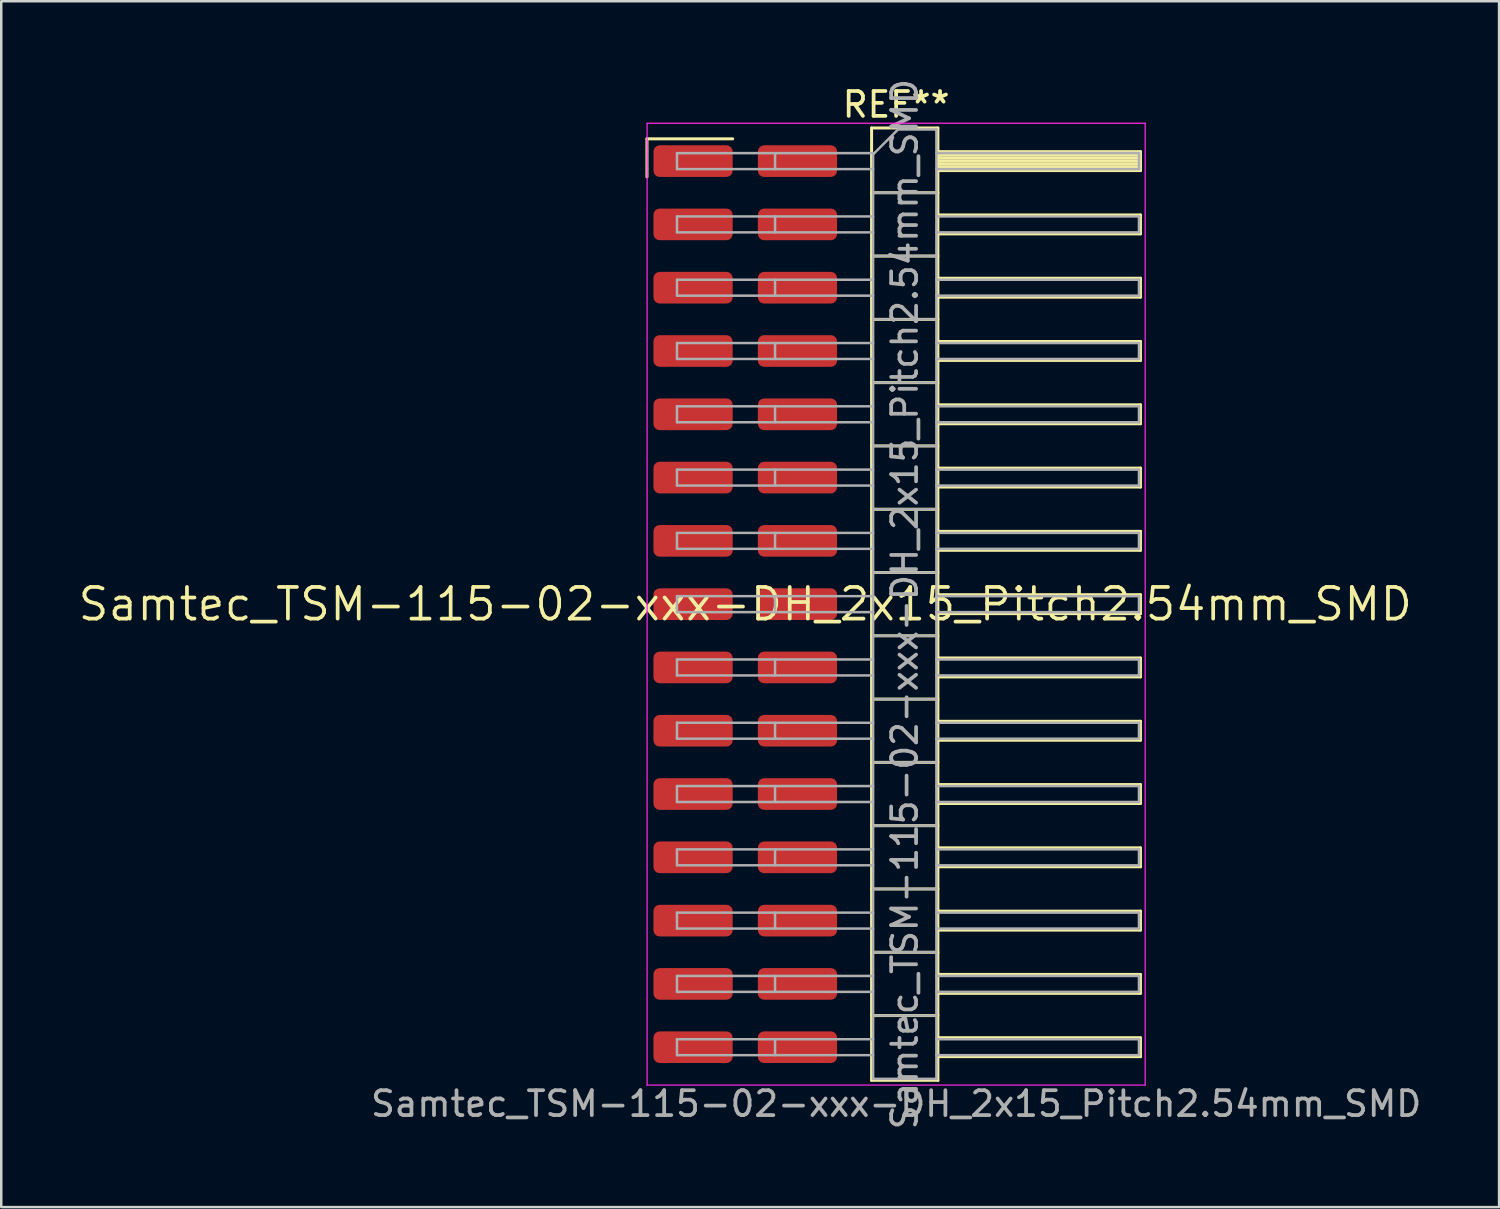
<source format=kicad_pcb>
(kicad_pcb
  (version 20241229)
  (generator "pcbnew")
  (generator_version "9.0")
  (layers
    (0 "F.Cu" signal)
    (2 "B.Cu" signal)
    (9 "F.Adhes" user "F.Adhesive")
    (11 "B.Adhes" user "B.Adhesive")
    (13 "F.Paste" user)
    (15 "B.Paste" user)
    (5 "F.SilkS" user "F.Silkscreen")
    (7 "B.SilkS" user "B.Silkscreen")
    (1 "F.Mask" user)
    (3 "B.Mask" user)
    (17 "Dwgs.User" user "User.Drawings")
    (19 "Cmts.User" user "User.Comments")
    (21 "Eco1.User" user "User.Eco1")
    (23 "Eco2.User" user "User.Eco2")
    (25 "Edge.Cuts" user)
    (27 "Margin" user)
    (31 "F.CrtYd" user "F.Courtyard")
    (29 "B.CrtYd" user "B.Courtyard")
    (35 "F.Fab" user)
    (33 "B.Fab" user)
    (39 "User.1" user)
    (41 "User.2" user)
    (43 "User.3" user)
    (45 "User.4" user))
  (footprint "Samtec_TSM-115-02-xxx-DH_2x15_Pitch2.54mm_SMD"
    (layer "F.Cu")
    (at 26.859 21.196)
    (property "Reference" "Samtec_TSM-115-02-xxx-DH_2x15_Pitch2.54mm_SMD" (at 0 0 0) (layer "F.SilkS") (effects (font (size 1.27 1.27) (thickness 0.15))))
    (attr smd)
    (fp_line (start -3.945 -18.675) (end -0.505 -18.675) (stroke (width 0.12) (type solid)) (layer "F.SilkS"))
    (fp_line (start -3.945 -17.145) (end -3.945 -18.675) (stroke (width 0.12) (type solid)) (layer "F.SilkS"))
    (fp_line (start 5.07 -19.11) (end 7.73 -19.11) (stroke (width 0.12) (type solid)) (layer "F.SilkS"))
    (fp_line (start 5.07 -16.51) (end 7.73 -16.51) (stroke (width 0.12) (type solid)) (layer "F.SilkS"))
    (fp_line (start 5.07 -13.97) (end 7.73 -13.97) (stroke (width 0.12) (type solid)) (layer "F.SilkS"))
    (fp_line (start 5.07 -11.43) (end 7.73 -11.43) (stroke (width 0.12) (type solid)) (layer "F.SilkS"))
    (fp_line (start 5.07 -8.89) (end 7.73 -8.89) (stroke (width 0.12) (type solid)) (layer "F.SilkS"))
    (fp_line (start 5.07 -6.35) (end 7.73 -6.35) (stroke (width 0.12) (type solid)) (layer "F.SilkS"))
    (fp_line (start 5.07 -3.81) (end 7.73 -3.81) (stroke (width 0.12) (type solid)) (layer "F.SilkS"))
    (fp_line (start 5.07 -1.27) (end 7.73 -1.27) (stroke (width 0.12) (type solid)) (layer "F.SilkS"))
    (fp_line (start 5.07 1.27) (end 7.73 1.27) (stroke (width 0.12) (type solid)) (layer "F.SilkS"))
    (fp_line (start 5.07 3.81) (end 7.73 3.81) (stroke (width 0.12) (type solid)) (layer "F.SilkS"))
    (fp_line (start 5.07 6.35) (end 7.73 6.35) (stroke (width 0.12) (type solid)) (layer "F.SilkS"))
    (fp_line (start 5.07 8.89) (end 7.73 8.89) (stroke (width 0.12) (type solid)) (layer "F.SilkS"))
    (fp_line (start 5.07 11.43) (end 7.73 11.43) (stroke (width 0.12) (type solid)) (layer "F.SilkS"))
    (fp_line (start 5.07 13.97) (end 7.73 13.97) (stroke (width 0.12) (type solid)) (layer "F.SilkS"))
    (fp_line (start 5.07 16.51) (end 7.73 16.51) (stroke (width 0.12) (type solid)) (layer "F.SilkS"))
    (fp_line (start 5.07 19.11) (end 5.07 -19.11) (stroke (width 0.12) (type solid)) (layer "F.SilkS"))
    (fp_line (start 7.73 -19.11) (end 7.73 19.11) (stroke (width 0.12) (type solid)) (layer "F.SilkS"))
    (fp_line (start 7.73 -18.16) (end 15.86 -18.16) (stroke (width 0.12) (type solid)) (layer "F.SilkS"))
    (fp_line (start 7.73 -18.04) (end 15.86 -18.04) (stroke (width 0.12) (type solid)) (layer "F.SilkS"))
    (fp_line (start 7.73 -17.92) (end 15.86 -17.92) (stroke (width 0.12) (type solid)) (layer "F.SilkS"))
    (fp_line (start 7.73 -17.8) (end 15.86 -17.8) (stroke (width 0.12) (type solid)) (layer "F.SilkS"))
    (fp_line (start 7.73 -17.68) (end 15.86 -17.68) (stroke (width 0.12) (type solid)) (layer "F.SilkS"))
    (fp_line (start 7.73 -17.56) (end 15.86 -17.56) (stroke (width 0.12) (type solid)) (layer "F.SilkS"))
    (fp_line (start 7.73 -17.44) (end 15.86 -17.44) (stroke (width 0.12) (type solid)) (layer "F.SilkS"))
    (fp_line (start 7.73 -17.4) (end 15.86 -17.4) (stroke (width 0.12) (type solid)) (layer "F.SilkS"))
    (fp_line (start 7.73 -15.62) (end 15.86 -15.62) (stroke (width 0.12) (type solid)) (layer "F.SilkS"))
    (fp_line (start 7.73 -14.86) (end 15.86 -14.86) (stroke (width 0.12) (type solid)) (layer "F.SilkS"))
    (fp_line (start 7.73 -13.08) (end 15.86 -13.08) (stroke (width 0.12) (type solid)) (layer "F.SilkS"))
    (fp_line (start 7.73 -12.32) (end 15.86 -12.32) (stroke (width 0.12) (type solid)) (layer "F.SilkS"))
    (fp_line (start 7.73 -10.54) (end 15.86 -10.54) (stroke (width 0.12) (type solid)) (layer "F.SilkS"))
    (fp_line (start 7.73 -9.78) (end 15.86 -9.78) (stroke (width 0.12) (type solid)) (layer "F.SilkS"))
    (fp_line (start 7.73 -8) (end 15.86 -8) (stroke (width 0.12) (type solid)) (layer "F.SilkS"))
    (fp_line (start 7.73 -7.24) (end 15.86 -7.24) (stroke (width 0.12) (type solid)) (layer "F.SilkS"))
    (fp_line (start 7.73 -5.46) (end 15.86 -5.46) (stroke (width 0.12) (type solid)) (layer "F.SilkS"))
    (fp_line (start 7.73 -4.7) (end 15.86 -4.7) (stroke (width 0.12) (type solid)) (layer "F.SilkS"))
    (fp_line (start 7.73 -2.92) (end 15.86 -2.92) (stroke (width 0.12) (type solid)) (layer "F.SilkS"))
    (fp_line (start 7.73 -2.16) (end 15.86 -2.16) (stroke (width 0.12) (type solid)) (layer "F.SilkS"))
    (fp_line (start 7.73 -0.38) (end 15.86 -0.38) (stroke (width 0.12) (type solid)) (layer "F.SilkS"))
    (fp_line (start 7.73 0.38) (end 15.86 0.38) (stroke (width 0.12) (type solid)) (layer "F.SilkS"))
    (fp_line (start 7.73 2.16) (end 15.86 2.16) (stroke (width 0.12) (type solid)) (layer "F.SilkS"))
    (fp_line (start 7.73 2.92) (end 15.86 2.92) (stroke (width 0.12) (type solid)) (layer "F.SilkS"))
    (fp_line (start 7.73 4.7) (end 15.86 4.7) (stroke (width 0.12) (type solid)) (layer "F.SilkS"))
    (fp_line (start 7.73 5.46) (end 15.86 5.46) (stroke (width 0.12) (type solid)) (layer "F.SilkS"))
    (fp_line (start 7.73 7.24) (end 15.86 7.24) (stroke (width 0.12) (type solid)) (layer "F.SilkS"))
    (fp_line (start 7.73 8) (end 15.86 8) (stroke (width 0.12) (type solid)) (layer "F.SilkS"))
    (fp_line (start 7.73 9.78) (end 15.86 9.78) (stroke (width 0.12) (type solid)) (layer "F.SilkS"))
    (fp_line (start 7.73 10.54) (end 15.86 10.54) (stroke (width 0.12) (type solid)) (layer "F.SilkS"))
    (fp_line (start 7.73 12.32) (end 15.86 12.32) (stroke (width 0.12) (type solid)) (layer "F.SilkS"))
    (fp_line (start 7.73 13.08) (end 15.86 13.08) (stroke (width 0.12) (type solid)) (layer "F.SilkS"))
    (fp_line (start 7.73 14.86) (end 15.86 14.86) (stroke (width 0.12) (type solid)) (layer "F.SilkS"))
    (fp_line (start 7.73 15.62) (end 15.86 15.62) (stroke (width 0.12) (type solid)) (layer "F.SilkS"))
    (fp_line (start 7.73 17.4) (end 15.86 17.4) (stroke (width 0.12) (type solid)) (layer "F.SilkS"))
    (fp_line (start 7.73 18.16) (end 15.86 18.16) (stroke (width 0.12) (type solid)) (layer "F.SilkS"))
    (fp_line (start 7.73 19.11) (end 5.07 19.11) (stroke (width 0.12) (type solid)) (layer "F.SilkS"))
    (fp_line (start 15.86 -18.16) (end 15.86 -17.4) (stroke (width 0.12) (type solid)) (layer "F.SilkS"))
    (fp_line (start 15.86 -15.62) (end 15.86 -14.86) (stroke (width 0.12) (type solid)) (layer "F.SilkS"))
    (fp_line (start 15.86 -13.08) (end 15.86 -12.32) (stroke (width 0.12) (type solid)) (layer "F.SilkS"))
    (fp_line (start 15.86 -10.54) (end 15.86 -9.78) (stroke (width 0.12) (type solid)) (layer "F.SilkS"))
    (fp_line (start 15.86 -8) (end 15.86 -7.24) (stroke (width 0.12) (type solid)) (layer "F.SilkS"))
    (fp_line (start 15.86 -5.46) (end 15.86 -4.7) (stroke (width 0.12) (type solid)) (layer "F.SilkS"))
    (fp_line (start 15.86 -2.92) (end 15.86 -2.16) (stroke (width 0.12) (type solid)) (layer "F.SilkS"))
    (fp_line (start 15.86 -0.38) (end 15.86 0.38) (stroke (width 0.12) (type solid)) (layer "F.SilkS"))
    (fp_line (start 15.86 2.16) (end 15.86 2.92) (stroke (width 0.12) (type solid)) (layer "F.SilkS"))
    (fp_line (start 15.86 4.7) (end 15.86 5.46) (stroke (width 0.12) (type solid)) (layer "F.SilkS"))
    (fp_line (start 15.86 7.24) (end 15.86 8) (stroke (width 0.12) (type solid)) (layer "F.SilkS"))
    (fp_line (start 15.86 9.78) (end 15.86 10.54) (stroke (width 0.12) (type solid)) (layer "F.SilkS"))
    (fp_line (start 15.86 12.32) (end 15.86 13.08) (stroke (width 0.12) (type solid)) (layer "F.SilkS"))
    (fp_line (start 15.86 14.86) (end 15.86 15.62) (stroke (width 0.12) (type solid)) (layer "F.SilkS"))
    (fp_line (start 15.86 17.4) (end 15.86 18.16) (stroke (width 0.12) (type solid)) (layer "F.SilkS"))
    (fp_line (start -3.94 -19.3) (end 16.05 -19.3) (stroke (width 0.05) (type solid)) (layer "F.CrtYd"))
    (fp_line (start -3.94 19.3) (end -3.94 -19.3) (stroke (width 0.05) (type solid)) (layer "F.CrtYd"))
    (fp_line (start 16.05 -19.3) (end 16.05 19.3) (stroke (width 0.05) (type solid)) (layer "F.CrtYd"))
    (fp_line (start 16.05 19.3) (end -3.94 19.3) (stroke (width 0.05) (type solid)) (layer "F.CrtYd"))
    (fp_line (start -2.74 -18.1) (end -2.74 -17.46) (stroke (width 0.1) (type solid)) (layer "F.Fab"))
    (fp_line (start -2.74 -18.1) (end 5.13 -18.1) (stroke (width 0.1) (type solid)) (layer "F.Fab"))
    (fp_line (start -2.74 -17.46) (end 5.13 -17.46) (stroke (width 0.1) (type solid)) (layer "F.Fab"))
    (fp_line (start -2.74 -15.56) (end -2.74 -14.92) (stroke (width 0.1) (type solid)) (layer "F.Fab"))
    (fp_line (start -2.74 -15.56) (end 5.13 -15.56) (stroke (width 0.1) (type solid)) (layer "F.Fab"))
    (fp_line (start -2.74 -14.92) (end 5.13 -14.92) (stroke (width 0.1) (type solid)) (layer "F.Fab"))
    (fp_line (start -2.74 -13.02) (end -2.74 -12.38) (stroke (width 0.1) (type solid)) (layer "F.Fab"))
    (fp_line (start -2.74 -13.02) (end 5.13 -13.02) (stroke (width 0.1) (type solid)) (layer "F.Fab"))
    (fp_line (start -2.74 -12.38) (end 5.13 -12.38) (stroke (width 0.1) (type solid)) (layer "F.Fab"))
    (fp_line (start -2.74 -10.48) (end -2.74 -9.84) (stroke (width 0.1) (type solid)) (layer "F.Fab"))
    (fp_line (start -2.74 -10.48) (end 5.13 -10.48) (stroke (width 0.1) (type solid)) (layer "F.Fab"))
    (fp_line (start -2.74 -9.84) (end 5.13 -9.84) (stroke (width 0.1) (type solid)) (layer "F.Fab"))
    (fp_line (start -2.74 -7.94) (end -2.74 -7.3) (stroke (width 0.1) (type solid)) (layer "F.Fab"))
    (fp_line (start -2.74 -7.94) (end 5.13 -7.94) (stroke (width 0.1) (type solid)) (layer "F.Fab"))
    (fp_line (start -2.74 -7.3) (end 5.13 -7.3) (stroke (width 0.1) (type solid)) (layer "F.Fab"))
    (fp_line (start -2.74 -5.4) (end -2.74 -4.76) (stroke (width 0.1) (type solid)) (layer "F.Fab"))
    (fp_line (start -2.74 -5.4) (end 5.13 -5.4) (stroke (width 0.1) (type solid)) (layer "F.Fab"))
    (fp_line (start -2.74 -4.76) (end 5.13 -4.76) (stroke (width 0.1) (type solid)) (layer "F.Fab"))
    (fp_line (start -2.74 -2.86) (end -2.74 -2.22) (stroke (width 0.1) (type solid)) (layer "F.Fab"))
    (fp_line (start -2.74 -2.86) (end 5.13 -2.86) (stroke (width 0.1) (type solid)) (layer "F.Fab"))
    (fp_line (start -2.74 -2.22) (end 5.13 -2.22) (stroke (width 0.1) (type solid)) (layer "F.Fab"))
    (fp_line (start -2.74 -0.32) (end -2.74 0.32) (stroke (width 0.1) (type solid)) (layer "F.Fab"))
    (fp_line (start -2.74 -0.32) (end 5.13 -0.32) (stroke (width 0.1) (type solid)) (layer "F.Fab"))
    (fp_line (start -2.74 0.32) (end 5.13 0.32) (stroke (width 0.1) (type solid)) (layer "F.Fab"))
    (fp_line (start -2.74 2.22) (end -2.74 2.86) (stroke (width 0.1) (type solid)) (layer "F.Fab"))
    (fp_line (start -2.74 2.22) (end 5.13 2.22) (stroke (width 0.1) (type solid)) (layer "F.Fab"))
    (fp_line (start -2.74 2.86) (end 5.13 2.86) (stroke (width 0.1) (type solid)) (layer "F.Fab"))
    (fp_line (start -2.74 4.76) (end -2.74 5.4) (stroke (width 0.1) (type solid)) (layer "F.Fab"))
    (fp_line (start -2.74 4.76) (end 5.13 4.76) (stroke (width 0.1) (type solid)) (layer "F.Fab"))
    (fp_line (start -2.74 5.4) (end 5.13 5.4) (stroke (width 0.1) (type solid)) (layer "F.Fab"))
    (fp_line (start -2.74 7.3) (end -2.74 7.94) (stroke (width 0.1) (type solid)) (layer "F.Fab"))
    (fp_line (start -2.74 7.3) (end 5.13 7.3) (stroke (width 0.1) (type solid)) (layer "F.Fab"))
    (fp_line (start -2.74 7.94) (end 5.13 7.94) (stroke (width 0.1) (type solid)) (layer "F.Fab"))
    (fp_line (start -2.74 9.84) (end -2.74 10.48) (stroke (width 0.1) (type solid)) (layer "F.Fab"))
    (fp_line (start -2.74 9.84) (end 5.13 9.84) (stroke (width 0.1) (type solid)) (layer "F.Fab"))
    (fp_line (start -2.74 10.48) (end 5.13 10.48) (stroke (width 0.1) (type solid)) (layer "F.Fab"))
    (fp_line (start -2.74 12.38) (end -2.74 13.02) (stroke (width 0.1) (type solid)) (layer "F.Fab"))
    (fp_line (start -2.74 12.38) (end 5.13 12.38) (stroke (width 0.1) (type solid)) (layer "F.Fab"))
    (fp_line (start -2.74 13.02) (end 5.13 13.02) (stroke (width 0.1) (type solid)) (layer "F.Fab"))
    (fp_line (start -2.74 14.92) (end -2.74 15.56) (stroke (width 0.1) (type solid)) (layer "F.Fab"))
    (fp_line (start -2.74 14.92) (end 5.13 14.92) (stroke (width 0.1) (type solid)) (layer "F.Fab"))
    (fp_line (start -2.74 15.56) (end 5.13 15.56) (stroke (width 0.1) (type solid)) (layer "F.Fab"))
    (fp_line (start -2.74 17.46) (end -2.74 18.1) (stroke (width 0.1) (type solid)) (layer "F.Fab"))
    (fp_line (start -2.74 17.46) (end 5.13 17.46) (stroke (width 0.1) (type solid)) (layer "F.Fab"))
    (fp_line (start -2.74 18.1) (end 5.13 18.1) (stroke (width 0.1) (type solid)) (layer "F.Fab"))
    (fp_line (start 1.195 -18.1) (end 1.195 -17.46) (stroke (width 0.1) (type solid)) (layer "F.Fab"))
    (fp_line (start 1.195 -15.56) (end 1.195 -14.92) (stroke (width 0.1) (type solid)) (layer "F.Fab"))
    (fp_line (start 1.195 -13.02) (end 1.195 -12.38) (stroke (width 0.1) (type solid)) (layer "F.Fab"))
    (fp_line (start 1.195 -10.48) (end 1.195 -9.84) (stroke (width 0.1) (type solid)) (layer "F.Fab"))
    (fp_line (start 1.195 -7.94) (end 1.195 -7.3) (stroke (width 0.1) (type solid)) (layer "F.Fab"))
    (fp_line (start 1.195 -5.4) (end 1.195 -4.76) (stroke (width 0.1) (type solid)) (layer "F.Fab"))
    (fp_line (start 1.195 -2.86) (end 1.195 -2.22) (stroke (width 0.1) (type solid)) (layer "F.Fab"))
    (fp_line (start 1.195 -0.32) (end 1.195 0.32) (stroke (width 0.1) (type solid)) (layer "F.Fab"))
    (fp_line (start 1.195 2.22) (end 1.195 2.86) (stroke (width 0.1) (type solid)) (layer "F.Fab"))
    (fp_line (start 1.195 4.76) (end 1.195 5.4) (stroke (width 0.1) (type solid)) (layer "F.Fab"))
    (fp_line (start 1.195 7.3) (end 1.195 7.94) (stroke (width 0.1) (type solid)) (layer "F.Fab"))
    (fp_line (start 1.195 9.84) (end 1.195 10.48) (stroke (width 0.1) (type solid)) (layer "F.Fab"))
    (fp_line (start 1.195 12.38) (end 1.195 13.02) (stroke (width 0.1) (type solid)) (layer "F.Fab"))
    (fp_line (start 1.195 14.92) (end 1.195 15.56) (stroke (width 0.1) (type solid)) (layer "F.Fab"))
    (fp_line (start 1.195 17.46) (end 1.195 18.1) (stroke (width 0.1) (type solid)) (layer "F.Fab"))
    (fp_line (start 5.13 -18.05) (end 6.13 -19.05) (stroke (width 0.1) (type solid)) (layer "F.Fab"))
    (fp_line (start 5.13 -16.51) (end 7.67 -16.51) (stroke (width 0.1) (type solid)) (layer "F.Fab"))
    (fp_line (start 5.13 -13.97) (end 7.67 -13.97) (stroke (width 0.1) (type solid)) (layer "F.Fab"))
    (fp_line (start 5.13 -11.43) (end 7.67 -11.43) (stroke (width 0.1) (type solid)) (layer "F.Fab"))
    (fp_line (start 5.13 -8.89) (end 7.67 -8.89) (stroke (width 0.1) (type solid)) (layer "F.Fab"))
    (fp_line (start 5.13 -6.35) (end 7.67 -6.35) (stroke (width 0.1) (type solid)) (layer "F.Fab"))
    (fp_line (start 5.13 -3.81) (end 7.67 -3.81) (stroke (width 0.1) (type solid)) (layer "F.Fab"))
    (fp_line (start 5.13 -1.27) (end 7.67 -1.27) (stroke (width 0.1) (type solid)) (layer "F.Fab"))
    (fp_line (start 5.13 1.27) (end 7.67 1.27) (stroke (width 0.1) (type solid)) (layer "F.Fab"))
    (fp_line (start 5.13 3.81) (end 7.67 3.81) (stroke (width 0.1) (type solid)) (layer "F.Fab"))
    (fp_line (start 5.13 6.35) (end 7.67 6.35) (stroke (width 0.1) (type solid)) (layer "F.Fab"))
    (fp_line (start 5.13 8.89) (end 7.67 8.89) (stroke (width 0.1) (type solid)) (layer "F.Fab"))
    (fp_line (start 5.13 11.43) (end 7.67 11.43) (stroke (width 0.1) (type solid)) (layer "F.Fab"))
    (fp_line (start 5.13 13.97) (end 7.67 13.97) (stroke (width 0.1) (type solid)) (layer "F.Fab"))
    (fp_line (start 5.13 16.51) (end 7.67 16.51) (stroke (width 0.1) (type solid)) (layer "F.Fab"))
    (fp_line (start 5.13 19.05) (end 5.13 -18.05) (stroke (width 0.1) (type solid)) (layer "F.Fab"))
    (fp_line (start 6.13 -19.05) (end 7.67 -19.05) (stroke (width 0.1) (type solid)) (layer "F.Fab"))
    (fp_line (start 7.67 -19.05) (end 7.67 19.05) (stroke (width 0.1) (type solid)) (layer "F.Fab"))
    (fp_line (start 7.67 -18.1) (end 15.8 -18.1) (stroke (width 0.1) (type solid)) (layer "F.Fab"))
    (fp_line (start 7.67 -17.46) (end 15.8 -17.46) (stroke (width 0.1) (type solid)) (layer "F.Fab"))
    (fp_line (start 7.67 -15.56) (end 15.8 -15.56) (stroke (width 0.1) (type solid)) (layer "F.Fab"))
    (fp_line (start 7.67 -14.92) (end 15.8 -14.92) (stroke (width 0.1) (type solid)) (layer "F.Fab"))
    (fp_line (start 7.67 -13.02) (end 15.8 -13.02) (stroke (width 0.1) (type solid)) (layer "F.Fab"))
    (fp_line (start 7.67 -12.38) (end 15.8 -12.38) (stroke (width 0.1) (type solid)) (layer "F.Fab"))
    (fp_line (start 7.67 -10.48) (end 15.8 -10.48) (stroke (width 0.1) (type solid)) (layer "F.Fab"))
    (fp_line (start 7.67 -9.84) (end 15.8 -9.84) (stroke (width 0.1) (type solid)) (layer "F.Fab"))
    (fp_line (start 7.67 -7.94) (end 15.8 -7.94) (stroke (width 0.1) (type solid)) (layer "F.Fab"))
    (fp_line (start 7.67 -7.3) (end 15.8 -7.3) (stroke (width 0.1) (type solid)) (layer "F.Fab"))
    (fp_line (start 7.67 -5.4) (end 15.8 -5.4) (stroke (width 0.1) (type solid)) (layer "F.Fab"))
    (fp_line (start 7.67 -4.76) (end 15.8 -4.76) (stroke (width 0.1) (type solid)) (layer "F.Fab"))
    (fp_line (start 7.67 -2.86) (end 15.8 -2.86) (stroke (width 0.1) (type solid)) (layer "F.Fab"))
    (fp_line (start 7.67 -2.22) (end 15.8 -2.22) (stroke (width 0.1) (type solid)) (layer "F.Fab"))
    (fp_line (start 7.67 -0.32) (end 15.8 -0.32) (stroke (width 0.1) (type solid)) (layer "F.Fab"))
    (fp_line (start 7.67 0.32) (end 15.8 0.32) (stroke (width 0.1) (type solid)) (layer "F.Fab"))
    (fp_line (start 7.67 2.22) (end 15.8 2.22) (stroke (width 0.1) (type solid)) (layer "F.Fab"))
    (fp_line (start 7.67 2.86) (end 15.8 2.86) (stroke (width 0.1) (type solid)) (layer "F.Fab"))
    (fp_line (start 7.67 4.76) (end 15.8 4.76) (stroke (width 0.1) (type solid)) (layer "F.Fab"))
    (fp_line (start 7.67 5.4) (end 15.8 5.4) (stroke (width 0.1) (type solid)) (layer "F.Fab"))
    (fp_line (start 7.67 7.3) (end 15.8 7.3) (stroke (width 0.1) (type solid)) (layer "F.Fab"))
    (fp_line (start 7.67 7.94) (end 15.8 7.94) (stroke (width 0.1) (type solid)) (layer "F.Fab"))
    (fp_line (start 7.67 9.84) (end 15.8 9.84) (stroke (width 0.1) (type solid)) (layer "F.Fab"))
    (fp_line (start 7.67 10.48) (end 15.8 10.48) (stroke (width 0.1) (type solid)) (layer "F.Fab"))
    (fp_line (start 7.67 12.38) (end 15.8 12.38) (stroke (width 0.1) (type solid)) (layer "F.Fab"))
    (fp_line (start 7.67 13.02) (end 15.8 13.02) (stroke (width 0.1) (type solid)) (layer "F.Fab"))
    (fp_line (start 7.67 14.92) (end 15.8 14.92) (stroke (width 0.1) (type solid)) (layer "F.Fab"))
    (fp_line (start 7.67 15.56) (end 15.8 15.56) (stroke (width 0.1) (type solid)) (layer "F.Fab"))
    (fp_line (start 7.67 17.46) (end 15.8 17.46) (stroke (width 0.1) (type solid)) (layer "F.Fab"))
    (fp_line (start 7.67 18.1) (end 15.8 18.1) (stroke (width 0.1) (type solid)) (layer "F.Fab"))
    (fp_line (start 7.67 19.05) (end 5.13 19.05) (stroke (width 0.1) (type solid)) (layer "F.Fab"))
    (fp_line (start 15.8 -18.1) (end 15.8 -17.46) (stroke (width 0.1) (type solid)) (layer "F.Fab"))
    (fp_line (start 15.8 -15.56) (end 15.8 -14.92) (stroke (width 0.1) (type solid)) (layer "F.Fab"))
    (fp_line (start 15.8 -13.02) (end 15.8 -12.38) (stroke (width 0.1) (type solid)) (layer "F.Fab"))
    (fp_line (start 15.8 -10.48) (end 15.8 -9.84) (stroke (width 0.1) (type solid)) (layer "F.Fab"))
    (fp_line (start 15.8 -7.94) (end 15.8 -7.3) (stroke (width 0.1) (type solid)) (layer "F.Fab"))
    (fp_line (start 15.8 -5.4) (end 15.8 -4.76) (stroke (width 0.1) (type solid)) (layer "F.Fab"))
    (fp_line (start 15.8 -2.86) (end 15.8 -2.22) (stroke (width 0.1) (type solid)) (layer "F.Fab"))
    (fp_line (start 15.8 -0.32) (end 15.8 0.32) (stroke (width 0.1) (type solid)) (layer "F.Fab"))
    (fp_line (start 15.8 2.22) (end 15.8 2.86) (stroke (width 0.1) (type solid)) (layer "F.Fab"))
    (fp_line (start 15.8 4.76) (end 15.8 5.4) (stroke (width 0.1) (type solid)) (layer "F.Fab"))
    (fp_line (start 15.8 7.3) (end 15.8 7.94) (stroke (width 0.1) (type solid)) (layer "F.Fab"))
    (fp_line (start 15.8 9.84) (end 15.8 10.48) (stroke (width 0.1) (type solid)) (layer "F.Fab"))
    (fp_line (start 15.8 12.38) (end 15.8 13.02) (stroke (width 0.1) (type solid)) (layer "F.Fab"))
    (fp_line (start 15.8 14.92) (end 15.8 15.56) (stroke (width 0.1) (type solid)) (layer "F.Fab"))
    (fp_line (start 15.8 17.46) (end 15.8 18.1) (stroke (width 0.1) (type solid)) (layer "F.Fab"))
    (fp_text user "REF**" (at 6.055 -20.05 0) (layer "F.SilkS") (effects (font (size 1 1) (thickness 0.15))))
    (fp_text user "Samtec_TSM-115-02-xxx-DH_2x15_Pitch2.54mm_SMD" (at 6.055 20.05 0) (layer "F.Fab") (effects (font (size 1 1) (thickness 0.15))))
    (fp_text user "${REFERENCE}" (at 6.4 0 90) (layer "F.Fab") (effects (font (size 1 1) (thickness 0.15))))
    (pad "1" smd roundrect (at -2.095 -17.78) (size 3.18 1.27) (layers "F.Cu" "F.Mask" "F.Paste") (roundrect_rratio 0.197))
    (pad "2" smd roundrect (at 2.095 -17.78) (size 3.18 1.27) (layers "F.Cu" "F.Mask" "F.Paste") (roundrect_rratio 0.197))
    (pad "3" smd roundrect (at -2.095 -15.24) (size 3.18 1.27) (layers "F.Cu" "F.Mask" "F.Paste") (roundrect_rratio 0.197))
    (pad "4" smd roundrect (at 2.095 -15.24) (size 3.18 1.27) (layers "F.Cu" "F.Mask" "F.Paste") (roundrect_rratio 0.197))
    (pad "5" smd roundrect (at -2.095 -12.7) (size 3.18 1.27) (layers "F.Cu" "F.Mask" "F.Paste") (roundrect_rratio 0.197))
    (pad "6" smd roundrect (at 2.095 -12.7) (size 3.18 1.27) (layers "F.Cu" "F.Mask" "F.Paste") (roundrect_rratio 0.197))
    (pad "7" smd roundrect (at -2.095 -10.16) (size 3.18 1.27) (layers "F.Cu" "F.Mask" "F.Paste") (roundrect_rratio 0.197))
    (pad "8" smd roundrect (at 2.095 -10.16) (size 3.18 1.27) (layers "F.Cu" "F.Mask" "F.Paste") (roundrect_rratio 0.197))
    (pad "9" smd roundrect (at -2.095 -7.62) (size 3.18 1.27) (layers "F.Cu" "F.Mask" "F.Paste") (roundrect_rratio 0.197))
    (pad "10" smd roundrect (at 2.095 -7.62) (size 3.18 1.27) (layers "F.Cu" "F.Mask" "F.Paste") (roundrect_rratio 0.197))
    (pad "11" smd roundrect (at -2.095 -5.08) (size 3.18 1.27) (layers "F.Cu" "F.Mask" "F.Paste") (roundrect_rratio 0.197))
    (pad "12" smd roundrect (at 2.095 -5.08) (size 3.18 1.27) (layers "F.Cu" "F.Mask" "F.Paste") (roundrect_rratio 0.197))
    (pad "13" smd roundrect (at -2.095 -2.54) (size 3.18 1.27) (layers "F.Cu" "F.Mask" "F.Paste") (roundrect_rratio 0.197))
    (pad "14" smd roundrect (at 2.095 -2.54) (size 3.18 1.27) (layers "F.Cu" "F.Mask" "F.Paste") (roundrect_rratio 0.197))
    (pad "15" smd roundrect (at -2.095 0) (size 3.18 1.27) (layers "F.Cu" "F.Mask" "F.Paste") (roundrect_rratio 0.197))
    (pad "16" smd roundrect (at 2.095 0) (size 3.18 1.27) (layers "F.Cu" "F.Mask" "F.Paste") (roundrect_rratio 0.197))
    (pad "17" smd roundrect (at -2.095 2.54) (size 3.18 1.27) (layers "F.Cu" "F.Mask" "F.Paste") (roundrect_rratio 0.197))
    (pad "18" smd roundrect (at 2.095 2.54) (size 3.18 1.27) (layers "F.Cu" "F.Mask" "F.Paste") (roundrect_rratio 0.197))
    (pad "19" smd roundrect (at -2.095 5.08) (size 3.18 1.27) (layers "F.Cu" "F.Mask" "F.Paste") (roundrect_rratio 0.197))
    (pad "20" smd roundrect (at 2.095 5.08) (size 3.18 1.27) (layers "F.Cu" "F.Mask" "F.Paste") (roundrect_rratio 0.197))
    (pad "21" smd roundrect (at -2.095 7.62) (size 3.18 1.27) (layers "F.Cu" "F.Mask" "F.Paste") (roundrect_rratio 0.197))
    (pad "22" smd roundrect (at 2.095 7.62) (size 3.18 1.27) (layers "F.Cu" "F.Mask" "F.Paste") (roundrect_rratio 0.197))
    (pad "23" smd roundrect (at -2.095 10.16) (size 3.18 1.27) (layers "F.Cu" "F.Mask" "F.Paste") (roundrect_rratio 0.197))
    (pad "24" smd roundrect (at 2.095 10.16) (size 3.18 1.27) (layers "F.Cu" "F.Mask" "F.Paste") (roundrect_rratio 0.197))
    (pad "25" smd roundrect (at -2.095 12.7) (size 3.18 1.27) (layers "F.Cu" "F.Mask" "F.Paste") (roundrect_rratio 0.197))
    (pad "26" smd roundrect (at 2.095 12.7) (size 3.18 1.27) (layers "F.Cu" "F.Mask" "F.Paste") (roundrect_rratio 0.197))
    (pad "27" smd roundrect (at -2.095 15.24) (size 3.18 1.27) (layers "F.Cu" "F.Mask" "F.Paste") (roundrect_rratio 0.197))
    (pad "28" smd roundrect (at 2.095 15.24) (size 3.18 1.27) (layers "F.Cu" "F.Mask" "F.Paste") (roundrect_rratio 0.197))
    (pad "29" smd roundrect (at -2.095 17.78) (size 3.18 1.27) (layers "F.Cu" "F.Mask" "F.Paste") (roundrect_rratio 0.197))
    (pad "30" smd roundrect (at 2.095 17.78) (size 3.18 1.27) (layers "F.Cu" "F.Mask" "F.Paste") (roundrect_rratio 0.197)))
  (gr_rect
    (start -3 -3)
    (end 57.11 45.393)
    (stroke (width 0.1) (type default))
    (fill no)
    (layer "Edge.Cuts")))
</source>
